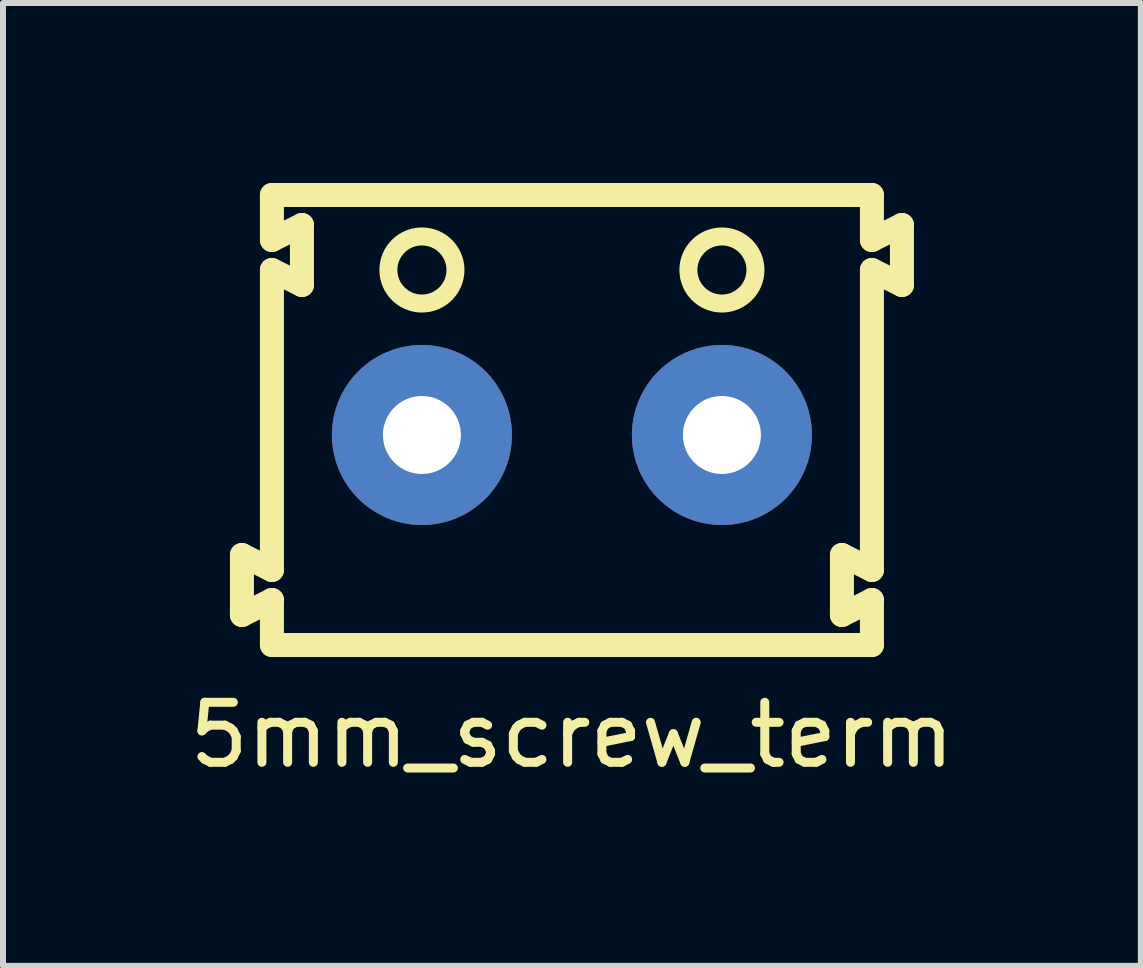
<source format=kicad_pcb>
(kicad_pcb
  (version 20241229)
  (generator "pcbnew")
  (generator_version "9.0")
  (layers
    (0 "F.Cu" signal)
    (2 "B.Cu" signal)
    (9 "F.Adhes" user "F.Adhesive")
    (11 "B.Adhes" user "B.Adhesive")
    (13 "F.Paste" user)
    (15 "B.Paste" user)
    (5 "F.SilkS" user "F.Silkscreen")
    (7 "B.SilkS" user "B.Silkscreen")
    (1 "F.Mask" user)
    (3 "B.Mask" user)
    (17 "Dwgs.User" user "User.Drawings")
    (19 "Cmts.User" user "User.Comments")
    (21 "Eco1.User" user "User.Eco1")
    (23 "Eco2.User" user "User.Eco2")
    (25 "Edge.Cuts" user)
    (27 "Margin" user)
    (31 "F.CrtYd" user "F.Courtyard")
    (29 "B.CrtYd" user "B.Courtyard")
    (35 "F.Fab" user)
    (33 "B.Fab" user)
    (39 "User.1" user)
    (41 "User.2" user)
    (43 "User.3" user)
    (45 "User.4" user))
  (footprint "5mm_screw_term"
    (layer "F.Cu")
    (at 6.482 4.2)
    (property "Reference" "5mm_screw_term" (at 0 5 0) (layer "F.SilkS") (effects (font (size 1 1) (thickness 0.15))))
    (attr through_hole)
    (fp_line (start -5.5 2) (end -5 2.25) (stroke (width 0.4) (type solid)) (layer "F.SilkS"))
    (fp_line (start -5.5 3) (end -5.5 2) (stroke (width 0.4) (type solid)) (layer "F.SilkS"))
    (fp_line (start -5 -4) (end -5 -3.25) (stroke (width 0.4) (type solid)) (layer "F.SilkS"))
    (fp_line (start -5 -4) (end 5 -4) (stroke (width 0.4) (type solid)) (layer "F.SilkS"))
    (fp_line (start -5 -3.25) (end -4.5 -3.5) (stroke (width 0.4) (type solid)) (layer "F.SilkS"))
    (fp_line (start -5 -2.75) (end -5 2.25) (stroke (width 0.4) (type solid)) (layer "F.SilkS"))
    (fp_line (start -5 2.75) (end -5.5 3) (stroke (width 0.4) (type solid)) (layer "F.SilkS"))
    (fp_line (start -5 2.75) (end -5 3.5) (stroke (width 0.4) (type solid)) (layer "F.SilkS"))
    (fp_line (start -5 3.5) (end 5 3.5) (stroke (width 0.4) (type solid)) (layer "F.SilkS"))
    (fp_line (start -4.5 -3.5) (end -4.5 -2.5) (stroke (width 0.4) (type solid)) (layer "F.SilkS"))
    (fp_line (start -4.5 -2.5) (end -5 -2.75) (stroke (width 0.4) (type solid)) (layer "F.SilkS"))
    (fp_line (start 4.5 2) (end 5 2.25) (stroke (width 0.4) (type solid)) (layer "F.SilkS"))
    (fp_line (start 4.5 3) (end 4.5 2) (stroke (width 0.4) (type solid)) (layer "F.SilkS"))
    (fp_line (start 5 -4) (end 5 -3.25) (stroke (width 0.4) (type solid)) (layer "F.SilkS"))
    (fp_line (start 5 -3.25) (end 5.5 -3.5) (stroke (width 0.4) (type solid)) (layer "F.SilkS"))
    (fp_line (start 5 -2.75) (end 5 2.25) (stroke (width 0.4) (type solid)) (layer "F.SilkS"))
    (fp_line (start 5 2.25) (end 5 2) (stroke (width 0.15) (type solid)) (layer "F.SilkS"))
    (fp_line (start 5 2.75) (end 4.5 3) (stroke (width 0.4) (type solid)) (layer "F.SilkS"))
    (fp_line (start 5 3.5) (end 5 2.75) (stroke (width 0.4) (type solid)) (layer "F.SilkS"))
    (fp_line (start 5.5 -3.5) (end 5.5 -2.5) (stroke (width 0.4) (type solid)) (layer "F.SilkS"))
    (fp_line (start 5.5 -2.5) (end 5 -2.75) (stroke (width 0.4) (type solid)) (layer "F.SilkS"))
    (fp_circle (center -2.5 -2.75) (end -2 -2.5) (stroke (width 0.3) (type solid)) (fill no) (layer "F.SilkS"))
    (fp_circle (center 2.5 -2.75) (end 3 -2.5) (stroke (width 0.3) (type solid)) (fill no) (layer "F.SilkS"))
    (pad "1" thru_hole circle (at -2.5 0) (size 3 3) (drill 1.3) (layers "*.Cu" "*.Mask"))
    (pad "2" thru_hole circle (at 2.5 0) (size 3 3) (drill 1.3) (layers "*.Cu" "*.Mask")))
  (gr_rect
    (start -3 -3)
    (end 15.964 13.048)
    (stroke (width 0.1) (type default))
    (fill no)
    (layer "Edge.Cuts")))
</source>
